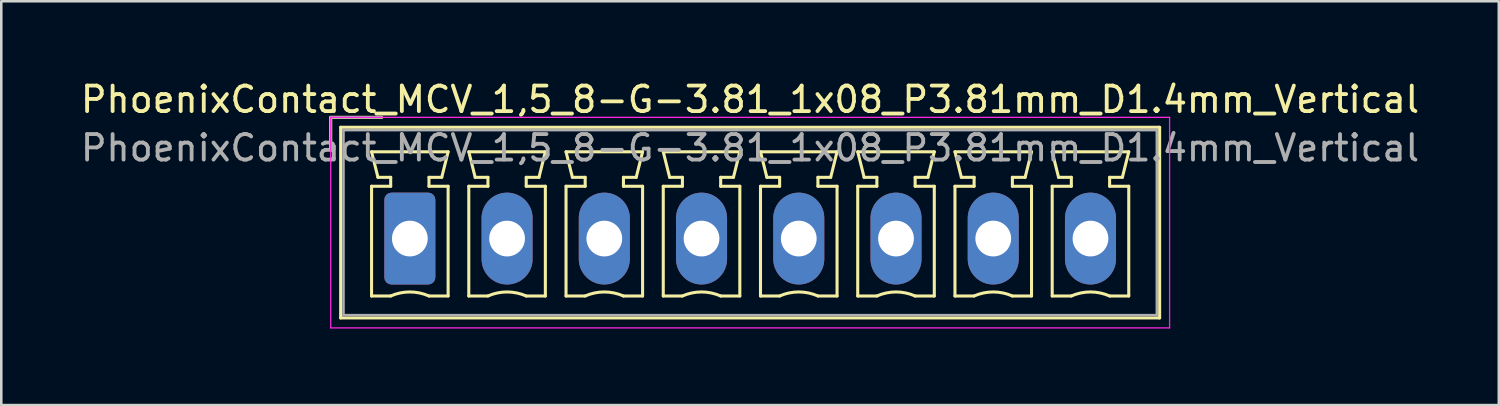
<source format=kicad_pcb>
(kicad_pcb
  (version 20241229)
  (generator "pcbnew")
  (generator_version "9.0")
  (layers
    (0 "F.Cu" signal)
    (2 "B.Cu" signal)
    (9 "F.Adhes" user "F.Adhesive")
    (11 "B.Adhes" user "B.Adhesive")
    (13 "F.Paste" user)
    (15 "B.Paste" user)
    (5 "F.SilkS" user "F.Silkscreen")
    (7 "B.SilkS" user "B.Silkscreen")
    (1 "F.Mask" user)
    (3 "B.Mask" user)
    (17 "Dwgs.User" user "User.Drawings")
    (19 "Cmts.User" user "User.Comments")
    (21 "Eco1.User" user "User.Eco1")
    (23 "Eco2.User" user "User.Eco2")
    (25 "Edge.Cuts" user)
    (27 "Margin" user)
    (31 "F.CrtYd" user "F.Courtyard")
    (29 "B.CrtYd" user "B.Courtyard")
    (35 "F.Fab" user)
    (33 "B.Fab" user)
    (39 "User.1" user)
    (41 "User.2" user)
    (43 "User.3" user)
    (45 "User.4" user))
  (footprint "PhoenixContact_MCV_1,5_8-G-3.81_1x08_P3.81mm_D1.4mm_Vertical"
    (layer "F.Cu")
    (at 13.009 6.298)
    (property "Reference" "PhoenixContact_MCV_1,5_8-G-3.81_1x08_P3.81mm_D1.4mm_Vertical" (at 13.33 -5.45 0) (layer "F.SilkS") (effects (font (size 1 1) (thickness 0.15))))
    (attr through_hole)
    (fp_line (start -3.1 -4.75) (end -1.1 -4.75) (stroke (width 0.12) (type solid)) (layer "F.SilkS"))
    (fp_line (start -3.1 -3.5) (end -3.1 -4.75) (stroke (width 0.12) (type solid)) (layer "F.SilkS"))
    (fp_line (start -2.71 -4.36) (end -2.71 3.11) (stroke (width 0.12) (type solid)) (layer "F.SilkS"))
    (fp_line (start -2.71 3.11) (end 29.38 3.11) (stroke (width 0.12) (type solid)) (layer "F.SilkS"))
    (fp_line (start -1.5 -3.4) (end 1.5 -3.4) (stroke (width 0.12) (type solid)) (layer "F.SilkS"))
    (fp_line (start -1.5 -2.05) (end -0.75 -2.05) (stroke (width 0.12) (type solid)) (layer "F.SilkS"))
    (fp_line (start -1.5 2.25) (end -1.5 -2.05) (stroke (width 0.12) (type solid)) (layer "F.SilkS"))
    (fp_line (start -1.25 -2.4) (end -1.5 -3.4) (stroke (width 0.12) (type solid)) (layer "F.SilkS"))
    (fp_line (start -0.75 -2.4) (end -1.25 -2.4) (stroke (width 0.12) (type solid)) (layer "F.SilkS"))
    (fp_line (start -0.75 -2.05) (end -0.75 -2.4) (stroke (width 0.12) (type solid)) (layer "F.SilkS"))
    (fp_line (start -0.75 2.25) (end -1.5 2.25) (stroke (width 0.12) (type solid)) (layer "F.SilkS"))
    (fp_line (start 0.75 -2.4) (end 0.75 -2.05) (stroke (width 0.12) (type solid)) (layer "F.SilkS"))
    (fp_line (start 0.75 -2.05) (end 1.5 -2.05) (stroke (width 0.12) (type solid)) (layer "F.SilkS"))
    (fp_line (start 1.25 -2.4) (end 0.75 -2.4) (stroke (width 0.12) (type solid)) (layer "F.SilkS"))
    (fp_line (start 1.5 -3.4) (end 1.25 -2.4) (stroke (width 0.12) (type solid)) (layer "F.SilkS"))
    (fp_line (start 1.5 -2.05) (end 1.5 2.25) (stroke (width 0.12) (type solid)) (layer "F.SilkS"))
    (fp_line (start 1.5 2.25) (end 0.75 2.25) (stroke (width 0.12) (type solid)) (layer "F.SilkS"))
    (fp_line (start 2.31 -3.4) (end 5.31 -3.4) (stroke (width 0.12) (type solid)) (layer "F.SilkS"))
    (fp_line (start 2.31 -2.05) (end 3.06 -2.05) (stroke (width 0.12) (type solid)) (layer "F.SilkS"))
    (fp_line (start 2.31 2.25) (end 2.31 -2.05) (stroke (width 0.12) (type solid)) (layer "F.SilkS"))
    (fp_line (start 2.56 -2.4) (end 2.31 -3.4) (stroke (width 0.12) (type solid)) (layer "F.SilkS"))
    (fp_line (start 3.06 -2.4) (end 2.56 -2.4) (stroke (width 0.12) (type solid)) (layer "F.SilkS"))
    (fp_line (start 3.06 -2.05) (end 3.06 -2.4) (stroke (width 0.12) (type solid)) (layer "F.SilkS"))
    (fp_line (start 3.06 2.25) (end 2.31 2.25) (stroke (width 0.12) (type solid)) (layer "F.SilkS"))
    (fp_line (start 4.56 -2.4) (end 4.56 -2.05) (stroke (width 0.12) (type solid)) (layer "F.SilkS"))
    (fp_line (start 4.56 -2.05) (end 5.31 -2.05) (stroke (width 0.12) (type solid)) (layer "F.SilkS"))
    (fp_line (start 5.06 -2.4) (end 4.56 -2.4) (stroke (width 0.12) (type solid)) (layer "F.SilkS"))
    (fp_line (start 5.31 -3.4) (end 5.06 -2.4) (stroke (width 0.12) (type solid)) (layer "F.SilkS"))
    (fp_line (start 5.31 -2.05) (end 5.31 2.25) (stroke (width 0.12) (type solid)) (layer "F.SilkS"))
    (fp_line (start 5.31 2.25) (end 4.56 2.25) (stroke (width 0.12) (type solid)) (layer "F.SilkS"))
    (fp_line (start 6.12 -3.4) (end 9.12 -3.4) (stroke (width 0.12) (type solid)) (layer "F.SilkS"))
    (fp_line (start 6.12 -2.05) (end 6.87 -2.05) (stroke (width 0.12) (type solid)) (layer "F.SilkS"))
    (fp_line (start 6.12 2.25) (end 6.12 -2.05) (stroke (width 0.12) (type solid)) (layer "F.SilkS"))
    (fp_line (start 6.37 -2.4) (end 6.12 -3.4) (stroke (width 0.12) (type solid)) (layer "F.SilkS"))
    (fp_line (start 6.87 -2.4) (end 6.37 -2.4) (stroke (width 0.12) (type solid)) (layer "F.SilkS"))
    (fp_line (start 6.87 -2.05) (end 6.87 -2.4) (stroke (width 0.12) (type solid)) (layer "F.SilkS"))
    (fp_line (start 6.87 2.25) (end 6.12 2.25) (stroke (width 0.12) (type solid)) (layer "F.SilkS"))
    (fp_line (start 8.37 -2.4) (end 8.37 -2.05) (stroke (width 0.12) (type solid)) (layer "F.SilkS"))
    (fp_line (start 8.37 -2.05) (end 9.12 -2.05) (stroke (width 0.12) (type solid)) (layer "F.SilkS"))
    (fp_line (start 8.87 -2.4) (end 8.37 -2.4) (stroke (width 0.12) (type solid)) (layer "F.SilkS"))
    (fp_line (start 9.12 -3.4) (end 8.87 -2.4) (stroke (width 0.12) (type solid)) (layer "F.SilkS"))
    (fp_line (start 9.12 -2.05) (end 9.12 2.25) (stroke (width 0.12) (type solid)) (layer "F.SilkS"))
    (fp_line (start 9.12 2.25) (end 8.37 2.25) (stroke (width 0.12) (type solid)) (layer "F.SilkS"))
    (fp_line (start 9.93 -3.4) (end 12.93 -3.4) (stroke (width 0.12) (type solid)) (layer "F.SilkS"))
    (fp_line (start 9.93 -2.05) (end 10.68 -2.05) (stroke (width 0.12) (type solid)) (layer "F.SilkS"))
    (fp_line (start 9.93 2.25) (end 9.93 -2.05) (stroke (width 0.12) (type solid)) (layer "F.SilkS"))
    (fp_line (start 10.18 -2.4) (end 9.93 -3.4) (stroke (width 0.12) (type solid)) (layer "F.SilkS"))
    (fp_line (start 10.68 -2.4) (end 10.18 -2.4) (stroke (width 0.12) (type solid)) (layer "F.SilkS"))
    (fp_line (start 10.68 -2.05) (end 10.68 -2.4) (stroke (width 0.12) (type solid)) (layer "F.SilkS"))
    (fp_line (start 10.68 2.25) (end 9.93 2.25) (stroke (width 0.12) (type solid)) (layer "F.SilkS"))
    (fp_line (start 12.18 -2.4) (end 12.18 -2.05) (stroke (width 0.12) (type solid)) (layer "F.SilkS"))
    (fp_line (start 12.18 -2.05) (end 12.93 -2.05) (stroke (width 0.12) (type solid)) (layer "F.SilkS"))
    (fp_line (start 12.68 -2.4) (end 12.18 -2.4) (stroke (width 0.12) (type solid)) (layer "F.SilkS"))
    (fp_line (start 12.93 -3.4) (end 12.68 -2.4) (stroke (width 0.12) (type solid)) (layer "F.SilkS"))
    (fp_line (start 12.93 -2.05) (end 12.93 2.25) (stroke (width 0.12) (type solid)) (layer "F.SilkS"))
    (fp_line (start 12.93 2.25) (end 12.18 2.25) (stroke (width 0.12) (type solid)) (layer "F.SilkS"))
    (fp_line (start 13.74 -3.4) (end 16.74 -3.4) (stroke (width 0.12) (type solid)) (layer "F.SilkS"))
    (fp_line (start 13.74 -2.05) (end 14.49 -2.05) (stroke (width 0.12) (type solid)) (layer "F.SilkS"))
    (fp_line (start 13.74 2.25) (end 13.74 -2.05) (stroke (width 0.12) (type solid)) (layer "F.SilkS"))
    (fp_line (start 13.99 -2.4) (end 13.74 -3.4) (stroke (width 0.12) (type solid)) (layer "F.SilkS"))
    (fp_line (start 14.49 -2.4) (end 13.99 -2.4) (stroke (width 0.12) (type solid)) (layer "F.SilkS"))
    (fp_line (start 14.49 -2.05) (end 14.49 -2.4) (stroke (width 0.12) (type solid)) (layer "F.SilkS"))
    (fp_line (start 14.49 2.25) (end 13.74 2.25) (stroke (width 0.12) (type solid)) (layer "F.SilkS"))
    (fp_line (start 15.99 -2.4) (end 15.99 -2.05) (stroke (width 0.12) (type solid)) (layer "F.SilkS"))
    (fp_line (start 15.99 -2.05) (end 16.74 -2.05) (stroke (width 0.12) (type solid)) (layer "F.SilkS"))
    (fp_line (start 16.49 -2.4) (end 15.99 -2.4) (stroke (width 0.12) (type solid)) (layer "F.SilkS"))
    (fp_line (start 16.74 -3.4) (end 16.49 -2.4) (stroke (width 0.12) (type solid)) (layer "F.SilkS"))
    (fp_line (start 16.74 -2.05) (end 16.74 2.25) (stroke (width 0.12) (type solid)) (layer "F.SilkS"))
    (fp_line (start 16.74 2.25) (end 15.99 2.25) (stroke (width 0.12) (type solid)) (layer "F.SilkS"))
    (fp_line (start 17.55 -3.4) (end 20.55 -3.4) (stroke (width 0.12) (type solid)) (layer "F.SilkS"))
    (fp_line (start 17.55 -2.05) (end 18.3 -2.05) (stroke (width 0.12) (type solid)) (layer "F.SilkS"))
    (fp_line (start 17.55 2.25) (end 17.55 -2.05) (stroke (width 0.12) (type solid)) (layer "F.SilkS"))
    (fp_line (start 17.8 -2.4) (end 17.55 -3.4) (stroke (width 0.12) (type solid)) (layer "F.SilkS"))
    (fp_line (start 18.3 -2.4) (end 17.8 -2.4) (stroke (width 0.12) (type solid)) (layer "F.SilkS"))
    (fp_line (start 18.3 -2.05) (end 18.3 -2.4) (stroke (width 0.12) (type solid)) (layer "F.SilkS"))
    (fp_line (start 18.3 2.25) (end 17.55 2.25) (stroke (width 0.12) (type solid)) (layer "F.SilkS"))
    (fp_line (start 19.8 -2.4) (end 19.8 -2.05) (stroke (width 0.12) (type solid)) (layer "F.SilkS"))
    (fp_line (start 19.8 -2.05) (end 20.55 -2.05) (stroke (width 0.12) (type solid)) (layer "F.SilkS"))
    (fp_line (start 20.3 -2.4) (end 19.8 -2.4) (stroke (width 0.12) (type solid)) (layer "F.SilkS"))
    (fp_line (start 20.55 -3.4) (end 20.3 -2.4) (stroke (width 0.12) (type solid)) (layer "F.SilkS"))
    (fp_line (start 20.55 -2.05) (end 20.55 2.25) (stroke (width 0.12) (type solid)) (layer "F.SilkS"))
    (fp_line (start 20.55 2.25) (end 19.8 2.25) (stroke (width 0.12) (type solid)) (layer "F.SilkS"))
    (fp_line (start 21.36 -3.4) (end 24.36 -3.4) (stroke (width 0.12) (type solid)) (layer "F.SilkS"))
    (fp_line (start 21.36 -2.05) (end 22.11 -2.05) (stroke (width 0.12) (type solid)) (layer "F.SilkS"))
    (fp_line (start 21.36 2.25) (end 21.36 -2.05) (stroke (width 0.12) (type solid)) (layer "F.SilkS"))
    (fp_line (start 21.61 -2.4) (end 21.36 -3.4) (stroke (width 0.12) (type solid)) (layer "F.SilkS"))
    (fp_line (start 22.11 -2.4) (end 21.61 -2.4) (stroke (width 0.12) (type solid)) (layer "F.SilkS"))
    (fp_line (start 22.11 -2.05) (end 22.11 -2.4) (stroke (width 0.12) (type solid)) (layer "F.SilkS"))
    (fp_line (start 22.11 2.25) (end 21.36 2.25) (stroke (width 0.12) (type solid)) (layer "F.SilkS"))
    (fp_line (start 23.61 -2.4) (end 23.61 -2.05) (stroke (width 0.12) (type solid)) (layer "F.SilkS"))
    (fp_line (start 23.61 -2.05) (end 24.36 -2.05) (stroke (width 0.12) (type solid)) (layer "F.SilkS"))
    (fp_line (start 24.11 -2.4) (end 23.61 -2.4) (stroke (width 0.12) (type solid)) (layer "F.SilkS"))
    (fp_line (start 24.36 -3.4) (end 24.11 -2.4) (stroke (width 0.12) (type solid)) (layer "F.SilkS"))
    (fp_line (start 24.36 -2.05) (end 24.36 2.25) (stroke (width 0.12) (type solid)) (layer "F.SilkS"))
    (fp_line (start 24.36 2.25) (end 23.61 2.25) (stroke (width 0.12) (type solid)) (layer "F.SilkS"))
    (fp_line (start 25.17 -3.4) (end 28.17 -3.4) (stroke (width 0.12) (type solid)) (layer "F.SilkS"))
    (fp_line (start 25.17 -2.05) (end 25.92 -2.05) (stroke (width 0.12) (type solid)) (layer "F.SilkS"))
    (fp_line (start 25.17 2.25) (end 25.17 -2.05) (stroke (width 0.12) (type solid)) (layer "F.SilkS"))
    (fp_line (start 25.42 -2.4) (end 25.17 -3.4) (stroke (width 0.12) (type solid)) (layer "F.SilkS"))
    (fp_line (start 25.92 -2.4) (end 25.42 -2.4) (stroke (width 0.12) (type solid)) (layer "F.SilkS"))
    (fp_line (start 25.92 -2.05) (end 25.92 -2.4) (stroke (width 0.12) (type solid)) (layer "F.SilkS"))
    (fp_line (start 25.92 2.25) (end 25.17 2.25) (stroke (width 0.12) (type solid)) (layer "F.SilkS"))
    (fp_line (start 27.42 -2.4) (end 27.42 -2.05) (stroke (width 0.12) (type solid)) (layer "F.SilkS"))
    (fp_line (start 27.42 -2.05) (end 28.17 -2.05) (stroke (width 0.12) (type solid)) (layer "F.SilkS"))
    (fp_line (start 27.92 -2.4) (end 27.42 -2.4) (stroke (width 0.12) (type solid)) (layer "F.SilkS"))
    (fp_line (start 28.17 -3.4) (end 27.92 -2.4) (stroke (width 0.12) (type solid)) (layer "F.SilkS"))
    (fp_line (start 28.17 -2.05) (end 28.17 2.25) (stroke (width 0.12) (type solid)) (layer "F.SilkS"))
    (fp_line (start 28.17 2.25) (end 27.42 2.25) (stroke (width 0.12) (type solid)) (layer "F.SilkS"))
    (fp_line (start 29.38 -4.36) (end -2.71 -4.36) (stroke (width 0.12) (type solid)) (layer "F.SilkS"))
    (fp_line (start 29.38 3.11) (end 29.38 -4.36) (stroke (width 0.12) (type solid)) (layer "F.SilkS"))
    (fp_arc (start -0.75 2.25) (mid -0.000193 2.09191) (end 0.749647 2.249844) (stroke (width 0.12) (type solid)) (layer "F.SilkS"))
    (fp_arc (start 3.06 2.25) (mid 3.809807 2.09191) (end 4.559647 2.249844) (stroke (width 0.12) (type solid)) (layer "F.SilkS"))
    (fp_arc (start 6.87 2.25) (mid 7.619807 2.09191) (end 8.369647 2.249844) (stroke (width 0.12) (type solid)) (layer "F.SilkS"))
    (fp_arc (start 10.68 2.25) (mid 11.429807 2.09191) (end 12.179647 2.249844) (stroke (width 0.12) (type solid)) (layer "F.SilkS"))
    (fp_arc (start 14.49 2.25) (mid 15.239807 2.09191) (end 15.989647 2.249844) (stroke (width 0.12) (type solid)) (layer "F.SilkS"))
    (fp_arc (start 18.3 2.25) (mid 19.049807 2.09191) (end 19.799647 2.249844) (stroke (width 0.12) (type solid)) (layer "F.SilkS"))
    (fp_arc (start 22.11 2.25) (mid 22.859807 2.09191) (end 23.609647 2.249844) (stroke (width 0.12) (type solid)) (layer "F.SilkS"))
    (fp_arc (start 25.92 2.25) (mid 26.669807 2.09191) (end 27.419647 2.249844) (stroke (width 0.12) (type solid)) (layer "F.SilkS"))
    (fp_line (start -3.1 -4.75) (end -3.1 3.5) (stroke (width 0.05) (type solid)) (layer "F.CrtYd"))
    (fp_line (start -3.1 3.5) (end 29.77 3.5) (stroke (width 0.05) (type solid)) (layer "F.CrtYd"))
    (fp_line (start 29.77 -4.75) (end -3.1 -4.75) (stroke (width 0.05) (type solid)) (layer "F.CrtYd"))
    (fp_line (start 29.77 3.5) (end 29.77 -4.75) (stroke (width 0.05) (type solid)) (layer "F.CrtYd"))
    (fp_line (start -3.1 -4.75) (end -1.1 -4.75) (stroke (width 0.1) (type solid)) (layer "F.Fab"))
    (fp_line (start -3.1 -3.5) (end -3.1 -4.75) (stroke (width 0.1) (type solid)) (layer "F.Fab"))
    (fp_line (start -2.6 -4.25) (end -2.6 3) (stroke (width 0.1) (type solid)) (layer "F.Fab"))
    (fp_line (start -2.6 3) (end 29.27 3) (stroke (width 0.1) (type solid)) (layer "F.Fab"))
    (fp_line (start 29.27 -4.25) (end -2.6 -4.25) (stroke (width 0.1) (type solid)) (layer "F.Fab"))
    (fp_line (start 29.27 3) (end 29.27 -4.25) (stroke (width 0.1) (type solid)) (layer "F.Fab"))
    (fp_text user "${REFERENCE}" (at 13.33 -3.55 0) (layer "F.Fab") (effects (font (size 1 1) (thickness 0.15))))
    (pad "1" thru_hole roundrect (at 0 0) (size 2 3.6) (drill 1.4) (layers "*.Cu" "*.Mask") (roundrect_rratio 0.139))
    (pad "2" thru_hole oval (at 3.81 0) (size 2 3.6) (drill 1.4) (layers "*.Cu" "*.Mask"))
    (pad "3" thru_hole oval (at 7.62 0) (size 2 3.6) (drill 1.4) (layers "*.Cu" "*.Mask"))
    (pad "4" thru_hole oval (at 11.43 0) (size 2 3.6) (drill 1.4) (layers "*.Cu" "*.Mask"))
    (pad "5" thru_hole oval (at 15.24 0) (size 2 3.6) (drill 1.4) (layers "*.Cu" "*.Mask"))
    (pad "6" thru_hole oval (at 19.05 0) (size 2 3.6) (drill 1.4) (layers "*.Cu" "*.Mask"))
    (pad "7" thru_hole oval (at 22.86 0) (size 2 3.6) (drill 1.4) (layers "*.Cu" "*.Mask"))
    (pad "8" thru_hole oval (at 26.67 0) (size 2 3.6) (drill 1.4) (layers "*.Cu" "*.Mask")))
  (gr_rect
    (start -3 -3)
    (end 55.679 12.823)
    (stroke (width 0.1) (type default))
    (fill no)
    (layer "Edge.Cuts")))
</source>
